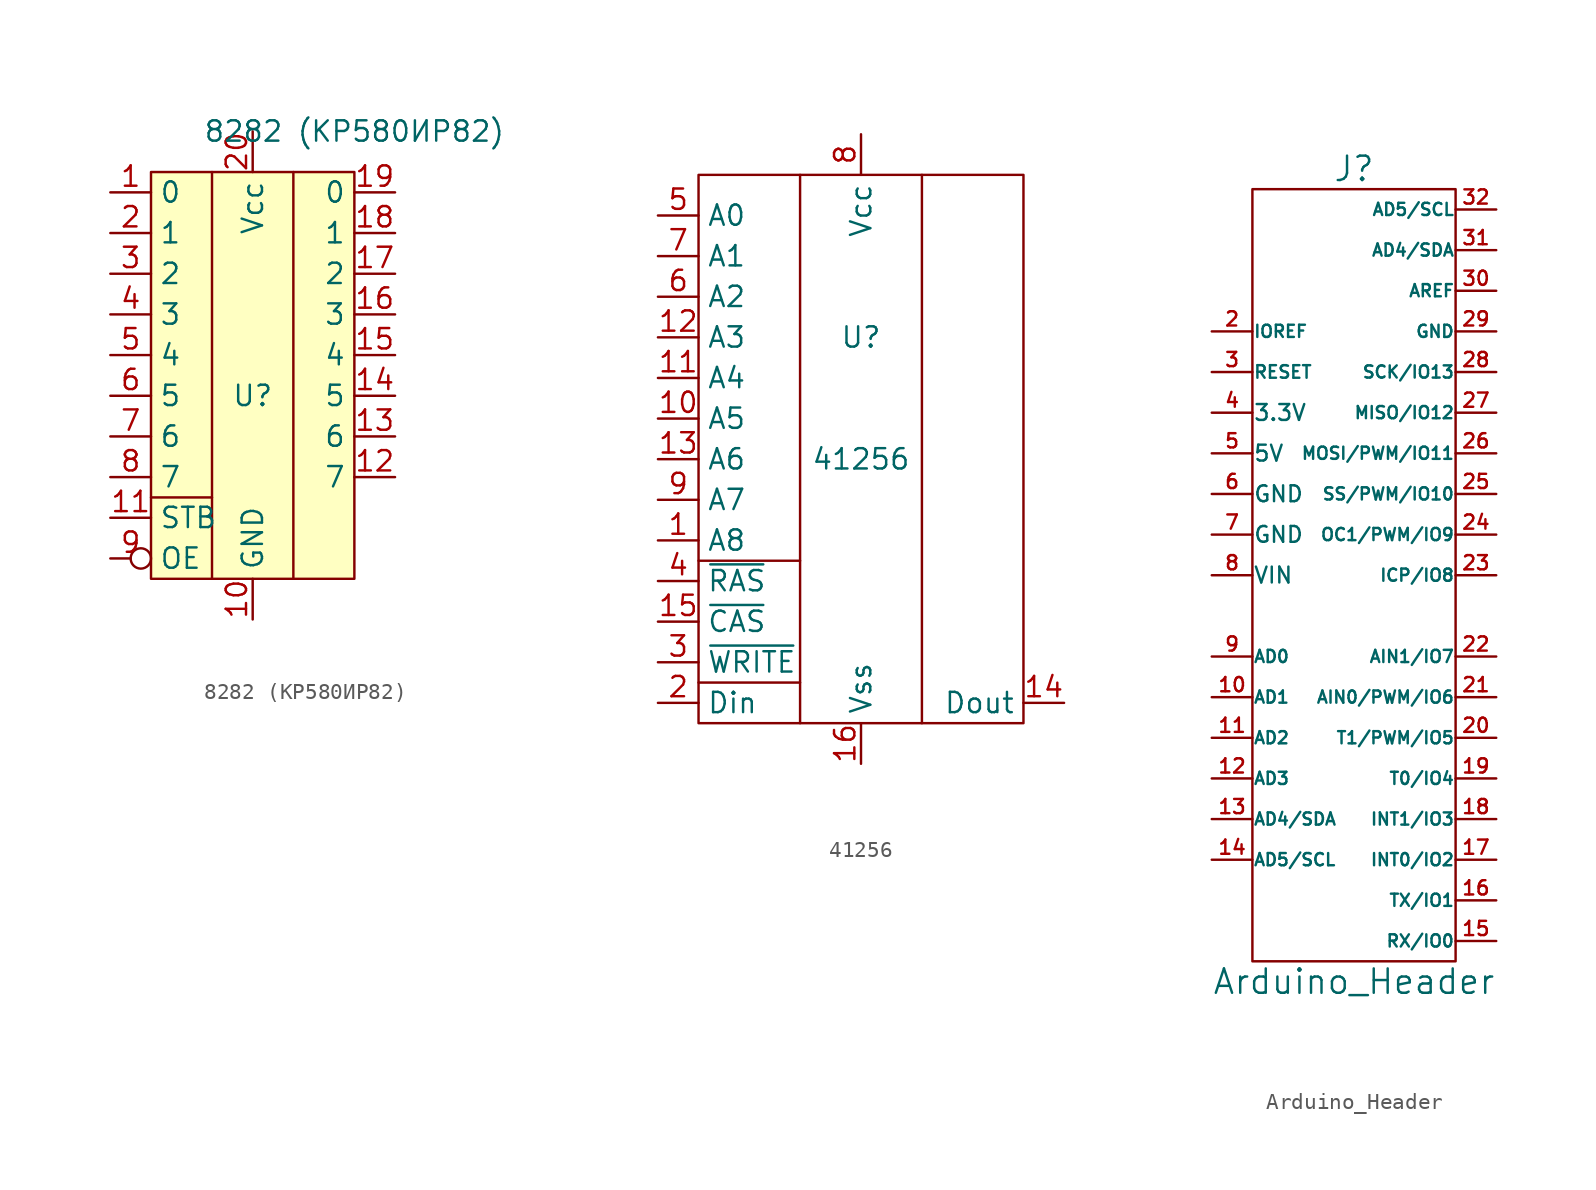
<source format=kicad_sym>
(kicad_symbol_lib
  (version 20211014)
  (generator kicad_symbol_editor)
  (symbol "8282 (КР580ИР82)"
    (property "Reference" "U"
      (at 0 -1.27 0)
      (effects (font (size 1.27 1.27))))
    (property "Value" "8282 (КР580ИР82)"
      (at 6.35 15.24 0)
      (effects (font (size 1.27 1.27))))
    (symbol "8282 (КР580ИР82)_0_0"
      (pin input line (at -8.89 11.43 0) (length 2.54) (name "0" (effects (font (size 1.27 1.27)))) (number "1" (effects (font (size 1.27 1.27)))))
      (pin power_in line (at 0 -15.24 90) (length 2.54) (name "GND" (effects (font (size 1.27 1.27)))) (number "10" (effects (font (size 1.27 1.27)))))
      (pin input line (at -8.89 -8.89 0) (length 2.54) (name "STB" (effects (font (size 1.27 1.27)))) (number "11" (effects (font (size 1.27 1.27)))))
      (pin output line (at 8.89 -6.35 180) (length 2.54) (name "7" (effects (font (size 1.27 1.27)))) (number "12" (effects (font (size 1.27 1.27)))))
      (pin output line (at 8.89 -3.81 180) (length 2.54) (name "6" (effects (font (size 1.27 1.27)))) (number "13" (effects (font (size 1.27 1.27)))))
      (pin output line (at 8.89 -1.27 180) (length 2.54) (name "5" (effects (font (size 1.27 1.27)))) (number "14" (effects (font (size 1.27 1.27)))))
      (pin output line (at 8.89 1.27 180) (length 2.54) (name "4" (effects (font (size 1.27 1.27)))) (number "15" (effects (font (size 1.27 1.27)))))
      (pin output line (at 8.89 3.81 180) (length 2.54) (name "3" (effects (font (size 1.27 1.27)))) (number "16" (effects (font (size 1.27 1.27)))))
      (pin output line (at 8.89 6.35 180) (length 2.54) (name "2" (effects (font (size 1.27 1.27)))) (number "17" (effects (font (size 1.27 1.27)))))
      (pin output line (at 8.89 8.89 180) (length 2.54) (name "1" (effects (font (size 1.27 1.27)))) (number "18" (effects (font (size 1.27 1.27)))))
      (pin output line (at 8.89 11.43 180) (length 2.54) (name "0" (effects (font (size 1.27 1.27)))) (number "19" (effects (font (size 1.27 1.27)))))
      (pin input line (at -8.89 8.89 0) (length 2.54) (name "1" (effects (font (size 1.27 1.27)))) (number "2" (effects (font (size 1.27 1.27)))))
      (pin power_in line (at 0 15.24 270) (length 2.54) (name "Vcc" (effects (font (size 1.27 1.27)))) (number "20" (effects (font (size 1.27 1.27)))))
      (pin input line (at -8.89 6.35 0) (length 2.54) (name "2" (effects (font (size 1.27 1.27)))) (number "3" (effects (font (size 1.27 1.27)))))
      (pin input line (at -8.89 3.81 0) (length 2.54) (name "3" (effects (font (size 1.27 1.27)))) (number "4" (effects (font (size 1.27 1.27)))))
      (pin input line (at -8.89 1.27 0) (length 2.54) (name "4" (effects (font (size 1.27 1.27)))) (number "5" (effects (font (size 1.27 1.27)))))
      (pin input line (at -8.89 -1.27 0) (length 2.54) (name "5" (effects (font (size 1.27 1.27)))) (number "6" (effects (font (size 1.27 1.27)))))
      (pin input line (at -8.89 -3.81 0) (length 2.54) (name "6" (effects (font (size 1.27 1.27)))) (number "7" (effects (font (size 1.27 1.27)))))
      (pin input line (at -8.89 -6.35 0) (length 2.54) (name "7" (effects (font (size 1.27 1.27)))) (number "8" (effects (font (size 1.27 1.27)))))
      (pin input inverted (at -8.89 -11.43 0) (length 2.54) (name "OE" (effects (font (size 1.27 1.27)))) (number "9" (effects (font (size 1.27 1.27))))))
    (symbol "8282 (КР580ИР82)_0_1"
      (rectangle (start -6.35 12.7) (end 6.35 -12.7) (stroke (width 0) (type default) (color 0 0 0 0)) (fill (type background)))
      (polyline (pts (xy -6.35 -7.62) (xy -2.54 -7.62)) (stroke (width 0) (type default) (color 0 0 0 0)) (fill (type none)))
      (polyline (pts (xy -2.54 -12.7) (xy -2.54 12.7)) (stroke (width 0) (type default) (color 0 0 0 0)) (fill (type none)))
      (polyline (pts (xy 2.54 -12.7) (xy 2.54 12.7)) (stroke (width 0) (type default) (color 0 0 0 0)) (fill (type none)))))
  (symbol "41256"
    (property "Reference" "U"
      (at 3.81 1.27 0)
      (effects (font (size 1.27 1.27))))
    (property "Value" "41256"
      (at 3.81 -6.35 0)
      (effects (font (size 1.27 1.27))))
    (symbol "41256_0_0"
      (pin bidirectional line (at -8.89 -11.43 0) (length 2.54) (name "A8" (effects (font (size 1.27 1.27)))) (number "1" (effects (font (size 1.27 1.27)))))
      (pin bidirectional line (at -8.89 -3.81 0) (length 2.54) (name "A5" (effects (font (size 1.27 1.27)))) (number "10" (effects (font (size 1.27 1.27)))))
      (pin bidirectional line (at -8.89 -1.27 0) (length 2.54) (name "A4" (effects (font (size 1.27 1.27)))) (number "11" (effects (font (size 1.27 1.27)))))
      (pin bidirectional line (at -8.89 1.27 0) (length 2.54) (name "A3" (effects (font (size 1.27 1.27)))) (number "12" (effects (font (size 1.27 1.27)))))
      (pin bidirectional line (at -8.89 -6.35 0) (length 2.54) (name "A6" (effects (font (size 1.27 1.27)))) (number "13" (effects (font (size 1.27 1.27)))))
      (pin bidirectional line (at 16.51 -21.59 180) (length 2.54) (name "Dout" (effects (font (size 1.27 1.27)))) (number "14" (effects (font (size 1.27 1.27)))))
      (pin bidirectional line (at -8.89 -16.51 0) (length 2.54) (name "~{CAS}" (effects (font (size 1.27 1.27)))) (number "15" (effects (font (size 1.27 1.27)))))
      (pin power_in line (at 3.81 -25.4 90) (length 2.54) (name "Vss" (effects (font (size 1.27 1.27)))) (number "16" (effects (font (size 1.27 1.27)))))
      (pin bidirectional line (at -8.89 -21.59 0) (length 2.54) (name "Din" (effects (font (size 1.27 1.27)))) (number "2" (effects (font (size 1.27 1.27)))))
      (pin bidirectional line (at -8.89 -19.05 0) (length 2.54) (name "~{WRITE}" (effects (font (size 1.27 1.27)))) (number "3" (effects (font (size 1.27 1.27)))))
      (pin bidirectional line (at -8.89 -13.97 0) (length 2.54) (name "~{RAS}" (effects (font (size 1.27 1.27)))) (number "4" (effects (font (size 1.27 1.27)))))
      (pin bidirectional line (at -8.89 8.89 0) (length 2.54) (name "A0" (effects (font (size 1.27 1.27)))) (number "5" (effects (font (size 1.27 1.27)))))
      (pin bidirectional line (at -8.89 3.81 0) (length 2.54) (name "A2" (effects (font (size 1.27 1.27)))) (number "6" (effects (font (size 1.27 1.27)))))
      (pin bidirectional line (at -8.89 6.35 0) (length 2.54) (name "A1" (effects (font (size 1.27 1.27)))) (number "7" (effects (font (size 1.27 1.27)))))
      (pin power_in line (at 3.81 13.97 270) (length 2.54) (name "Vcc" (effects (font (size 1.27 1.27)))) (number "8" (effects (font (size 1.27 1.27)))))
      (pin bidirectional line (at -8.89 -8.89 0) (length 2.54) (name "A7" (effects (font (size 1.27 1.27)))) (number "9" (effects (font (size 1.27 1.27))))))
    (symbol "41256_0_1"
      (rectangle (start -6.35 11.43) (end 13.97 -22.86) (stroke (width 0) (type default) (color 0 0 0 0)) (fill (type none)))
      (polyline (pts (xy -6.35 -20.32) (xy 0 -20.32)) (stroke (width 0) (type default) (color 0 0 0 0)) (fill (type none)))
      (polyline (pts (xy -6.35 -12.7) (xy 0 -12.7)) (stroke (width 0) (type default) (color 0 0 0 0)) (fill (type none)))
      (polyline (pts (xy 0 -22.86) (xy 0 11.43)) (stroke (width 0) (type default) (color 0 0 0 0)) (fill (type none)))
      (polyline (pts (xy 7.62 -22.86) (xy 7.62 11.43)) (stroke (width 0) (type default) (color 0 0 0 0)) (fill (type none)))))
  (symbol "Arduino_Header"
    (pin_names
      (offset 0.025))
    (property "Reference" "J"
      (at 0 25.4 0)
      (effects (font (size 1.524 1.524))))
    (property "Value" "Arduino_Header"
      (at 0 -25.4 0)
      (effects (font (size 1.524 1.524))))
    (property "Footprint" ""
      (at 0 0 0)
      (effects (font (size 1.524 1.524))))
    (property "Datasheet" ""
      (at 0 0 0)
      (effects (font (size 1.524 1.524))))
    (symbol "Arduino_Header_0_1"
      (rectangle (start 6.35 -24.13) (end -6.35 24.13) (stroke (width 0) (type default) (color 0 0 0 0)) (fill (type none))))
    (symbol "Arduino_Header_1_1"
      (pin passive line (at -8.89 -7.62 0) (length 2.54) (name "AD1" (effects (font (size 0.762 0.762)))) (number "10" (effects (font (size 0.889 0.889)))))
      (pin passive line (at -8.89 -10.16 0) (length 2.54) (name "AD2" (effects (font (size 0.762 0.762)))) (number "11" (effects (font (size 0.889 0.889)))))
      (pin passive line (at -8.89 -12.7 0) (length 2.54) (name "AD3" (effects (font (size 0.762 0.762)))) (number "12" (effects (font (size 0.889 0.889)))))
      (pin passive line (at -8.89 -15.24 0) (length 2.54) (name "AD4/SDA" (effects (font (size 0.762 0.762)))) (number "13" (effects (font (size 0.889 0.889)))))
      (pin passive line (at -8.89 -17.78 0) (length 2.54) (name "AD5/SCL" (effects (font (size 0.762 0.762)))) (number "14" (effects (font (size 0.889 0.889)))))
      (pin passive line (at 8.89 -22.86 180) (length 2.54) (name "RX/IO0" (effects (font (size 0.762 0.762)))) (number "15" (effects (font (size 0.889 0.889)))))
      (pin passive line (at 8.89 -20.32 180) (length 2.54) (name "TX/IO1" (effects (font (size 0.762 0.762)))) (number "16" (effects (font (size 0.889 0.889)))))
      (pin passive line (at 8.89 -17.78 180) (length 2.54) (name "INT0/IO2" (effects (font (size 0.762 0.762)))) (number "17" (effects (font (size 0.889 0.889)))))
      (pin passive line (at 8.89 -15.24 180) (length 2.54) (name "INT1/IO3" (effects (font (size 0.762 0.762)))) (number "18" (effects (font (size 0.889 0.889)))))
      (pin passive line (at 8.89 -12.7 180) (length 2.54) (name "T0/IO4" (effects (font (size 0.762 0.762)))) (number "19" (effects (font (size 0.889 0.889)))))
      (pin passive line (at -8.89 15.24 0) (length 2.54) (name "IOREF" (effects (font (size 0.762 0.762)))) (number "2" (effects (font (size 0.889 0.889)))))
      (pin passive line (at 8.89 -10.16 180) (length 2.54) (name "T1/PWM/IO5" (effects (font (size 0.762 0.762)))) (number "20" (effects (font (size 0.889 0.889)))))
      (pin passive line (at 8.89 -7.62 180) (length 2.54) (name "AIN0/PWM/IO6" (effects (font (size 0.762 0.762)))) (number "21" (effects (font (size 0.889 0.889)))))
      (pin passive line (at 8.89 -5.08 180) (length 2.54) (name "AIN1/IO7" (effects (font (size 0.762 0.762)))) (number "22" (effects (font (size 0.889 0.889)))))
      (pin passive line (at 8.89 0 180) (length 2.54) (name "ICP/IO8" (effects (font (size 0.762 0.762)))) (number "23" (effects (font (size 0.889 0.889)))))
      (pin passive line (at 8.89 2.54 180) (length 2.54) (name "OC1/PWM/IO9" (effects (font (size 0.762 0.762)))) (number "24" (effects (font (size 0.889 0.889)))))
      (pin passive line (at 8.89 5.08 180) (length 2.54) (name "SS/PWM/IO10" (effects (font (size 0.762 0.762)))) (number "25" (effects (font (size 0.889 0.889)))))
      (pin passive line (at 8.89 7.62 180) (length 2.54) (name "MOSI/PWM/IO11" (effects (font (size 0.762 0.762)))) (number "26" (effects (font (size 0.889 0.889)))))
      (pin passive line (at 8.89 10.16 180) (length 2.54) (name "MISO/IO12" (effects (font (size 0.762 0.762)))) (number "27" (effects (font (size 0.889 0.889)))))
      (pin passive line (at 8.89 12.7 180) (length 2.54) (name "SCK/IO13" (effects (font (size 0.762 0.762)))) (number "28" (effects (font (size 0.889 0.889)))))
      (pin passive line (at 8.89 15.24 180) (length 2.54) (name "GND" (effects (font (size 0.762 0.762)))) (number "29" (effects (font (size 0.889 0.889)))))
      (pin passive line (at -8.89 12.7 0) (length 2.54) (name "RESET" (effects (font (size 0.787 0.787)))) (number "3" (effects (font (size 0.889 0.889)))))
      (pin passive line (at 8.89 17.78 180) (length 2.54) (name "AREF" (effects (font (size 0.762 0.762)))) (number "30" (effects (font (size 0.889 0.889)))))
      (pin passive line (at 8.89 20.32 180) (length 2.54) (name "AD4/SDA" (effects (font (size 0.762 0.762)))) (number "31" (effects (font (size 0.889 0.889)))))
      (pin passive line (at 8.89 22.86 180) (length 2.54) (name "AD5/SCL" (effects (font (size 0.762 0.762)))) (number "32" (effects (font (size 0.889 0.889)))))
      (pin passive line (at -8.89 10.16 0) (length 2.54) (name "3.3V" (effects (font (size 0.991 0.991)))) (number "4" (effects (font (size 0.889 0.889)))))
      (pin passive line (at -8.89 7.62 0) (length 2.54) (name "5V" (effects (font (size 0.991 0.991)))) (number "5" (effects (font (size 0.889 0.889)))))
      (pin passive line (at -8.89 5.08 0) (length 2.54) (name "GND" (effects (font (size 0.991 0.991)))) (number "6" (effects (font (size 0.889 0.889)))))
      (pin passive line (at -8.89 2.54 0) (length 2.54) (name "GND" (effects (font (size 0.991 0.991)))) (number "7" (effects (font (size 0.889 0.889)))))
      (pin passive line (at -8.89 0 0) (length 2.54) (name "VIN" (effects (font (size 0.991 0.991)))) (number "8" (effects (font (size 0.889 0.889)))))
      (pin passive line (at -8.89 -5.08 0) (length 2.54) (name "AD0" (effects (font (size 0.762 0.762)))) (number "9" (effects (font (size 0.889 0.889))))))))
</source>
